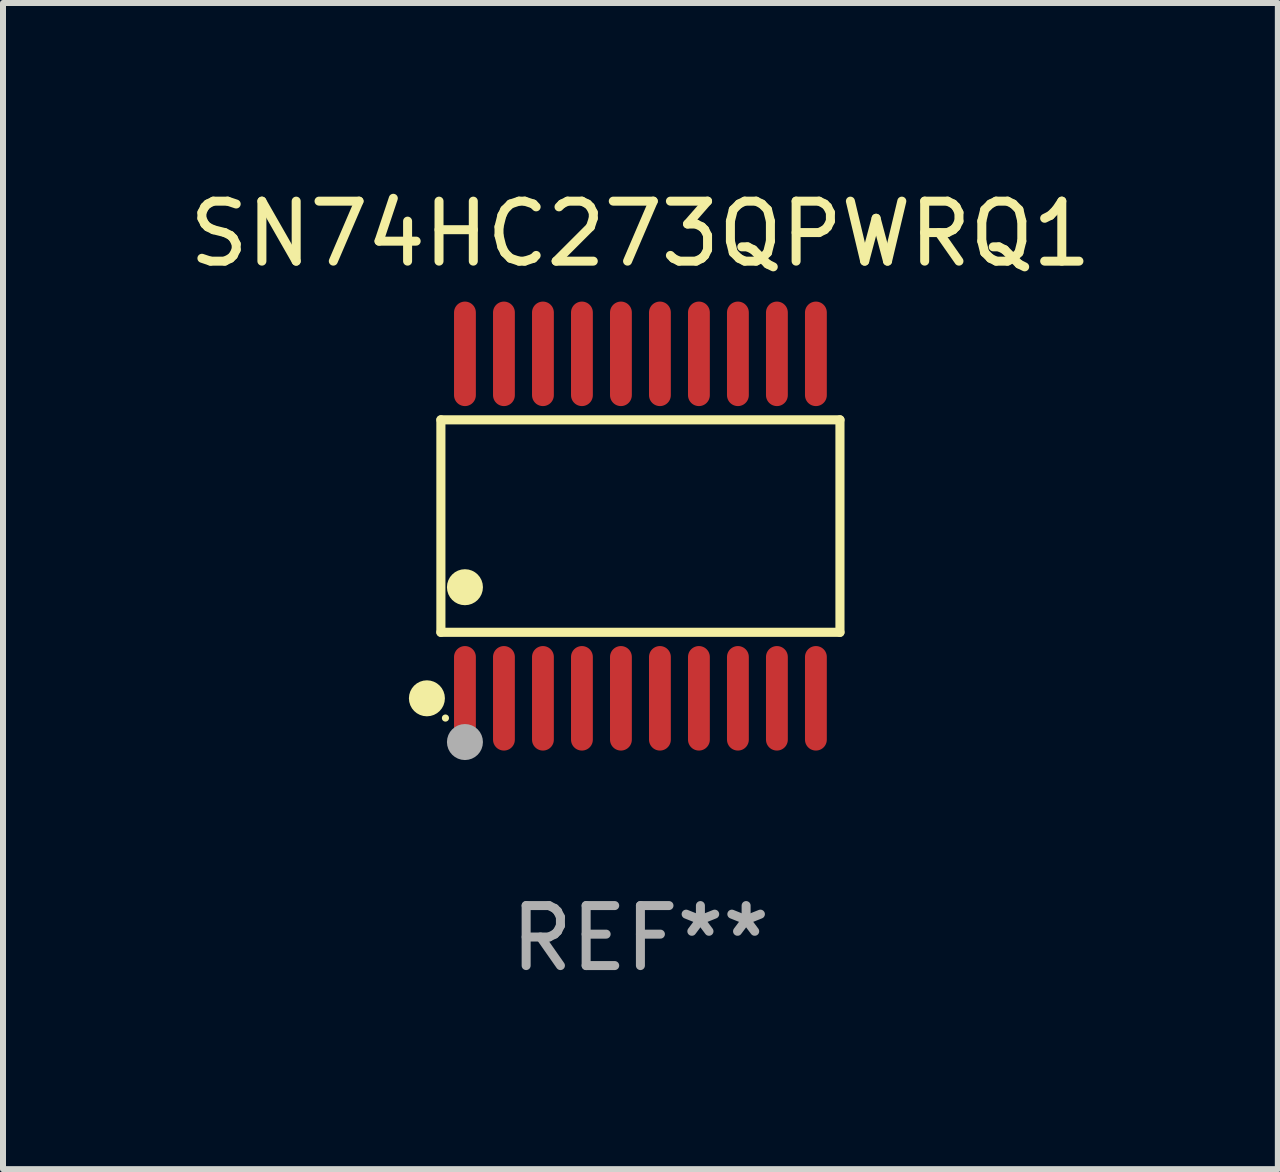
<source format=kicad_pcb>
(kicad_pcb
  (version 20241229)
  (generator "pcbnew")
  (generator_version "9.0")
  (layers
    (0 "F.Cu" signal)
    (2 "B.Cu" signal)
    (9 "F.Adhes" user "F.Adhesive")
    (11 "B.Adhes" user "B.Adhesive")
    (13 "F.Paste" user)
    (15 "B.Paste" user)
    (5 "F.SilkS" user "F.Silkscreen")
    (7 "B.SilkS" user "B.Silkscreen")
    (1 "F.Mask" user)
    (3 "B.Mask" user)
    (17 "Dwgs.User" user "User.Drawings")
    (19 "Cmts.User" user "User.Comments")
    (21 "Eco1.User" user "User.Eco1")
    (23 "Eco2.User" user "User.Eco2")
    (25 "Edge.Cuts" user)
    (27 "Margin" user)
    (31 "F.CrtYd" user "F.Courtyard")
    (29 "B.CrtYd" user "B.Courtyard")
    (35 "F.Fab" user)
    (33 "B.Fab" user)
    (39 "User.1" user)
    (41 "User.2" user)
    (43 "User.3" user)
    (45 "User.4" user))
  (footprint "SN74HC273QPWRQ1"
    (layer "F.Cu")
    (at 7.625 5.719)
    (property "Reference" "SN74HC273QPWRQ1" (at 0 -4.871 0) (layer "F.SilkS") (effects (font (size 1 1) (thickness 0.15))))
    (attr through_hole)
    (fp_line (start -3.326 -1.771) (end 3.326 -1.771) (stroke (width 0.152) (type solid)) (layer "F.SilkS"))
    (fp_line (start -3.326 1.771) (end -3.326 -1.771) (stroke (width 0.152) (type solid)) (layer "F.SilkS"))
    (fp_line (start 3.326 -1.771) (end 3.326 1.771) (stroke (width 0.152) (type solid)) (layer "F.SilkS"))
    (fp_line (start 3.326 1.771) (end -3.326 1.771) (stroke (width 0.152) (type solid)) (layer "F.SilkS"))
    (fp_circle (center -3.559 2.871) (end -3.409 2.871) (stroke (width 0.3) (type solid)) (fill no) (layer "F.SilkS"))
    (fp_circle (center -3.25 3.2) (end -3.22 3.2) (stroke (width 0.06) (type solid)) (fill no) (layer "F.SilkS"))
    (fp_circle (center -2.925 1.019) (end -2.775 1.019) (stroke (width 0.3) (type solid)) (fill no) (layer "F.SilkS"))
    (fp_circle (center -2.925 3.6) (end -2.775 3.6) (stroke (width 0.3) (type solid)) (fill no) (layer "F.Fab"))
    (fp_text user "REF**" (at 0 6.871 0) (layer "F.Fab") (effects (font (size 1 1) (thickness 0.15))))
    (pad "1" smd oval (at -2.925 2.871) (size 0.364 1.742) (layers "F.Cu" "F.Mask" "F.Paste"))
    (pad "2" smd oval (at -2.275 2.871) (size 0.364 1.742) (layers "F.Cu" "F.Mask" "F.Paste"))
    (pad "3" smd oval (at -1.625 2.871) (size 0.364 1.742) (layers "F.Cu" "F.Mask" "F.Paste"))
    (pad "4" smd oval (at -0.975 2.871) (size 0.364 1.742) (layers "F.Cu" "F.Mask" "F.Paste"))
    (pad "5" smd oval (at -0.325 2.871) (size 0.364 1.742) (layers "F.Cu" "F.Mask" "F.Paste"))
    (pad "6" smd oval (at 0.325 2.871) (size 0.364 1.742) (layers "F.Cu" "F.Mask" "F.Paste"))
    (pad "7" smd oval (at 0.975 2.871) (size 0.364 1.742) (layers "F.Cu" "F.Mask" "F.Paste"))
    (pad "8" smd oval (at 1.625 2.871) (size 0.364 1.742) (layers "F.Cu" "F.Mask" "F.Paste"))
    (pad "9" smd oval (at 2.275 2.871) (size 0.364 1.742) (layers "F.Cu" "F.Mask" "F.Paste"))
    (pad "10" smd oval (at 2.925 2.871) (size 0.364 1.742) (layers "F.Cu" "F.Mask" "F.Paste"))
    (pad "11" smd oval (at 2.925 -2.871) (size 0.364 1.742) (layers "F.Cu" "F.Mask" "F.Paste"))
    (pad "12" smd oval (at 2.275 -2.871) (size 0.364 1.742) (layers "F.Cu" "F.Mask" "F.Paste"))
    (pad "13" smd oval (at 1.625 -2.871) (size 0.364 1.742) (layers "F.Cu" "F.Mask" "F.Paste"))
    (pad "14" smd oval (at 0.975 -2.871) (size 0.364 1.742) (layers "F.Cu" "F.Mask" "F.Paste"))
    (pad "15" smd oval (at 0.325 -2.871) (size 0.364 1.742) (layers "F.Cu" "F.Mask" "F.Paste"))
    (pad "16" smd oval (at -0.325 -2.871) (size 0.364 1.742) (layers "F.Cu" "F.Mask" "F.Paste"))
    (pad "17" smd oval (at -0.975 -2.871) (size 0.364 1.742) (layers "F.Cu" "F.Mask" "F.Paste"))
    (pad "18" smd oval (at -1.625 -2.871) (size 0.364 1.742) (layers "F.Cu" "F.Mask" "F.Paste"))
    (pad "19" smd oval (at -2.275 -2.871) (size 0.364 1.742) (layers "F.Cu" "F.Mask" "F.Paste"))
    (pad "20" smd oval (at -2.925 -2.871) (size 0.364 1.742) (layers "F.Cu" "F.Mask" "F.Paste")))
  (gr_rect
    (start -3 -3)
    (end 18.25 16.438)
    (stroke (width 0.1) (type default))
    (fill no)
    (layer "Edge.Cuts")))
</source>
